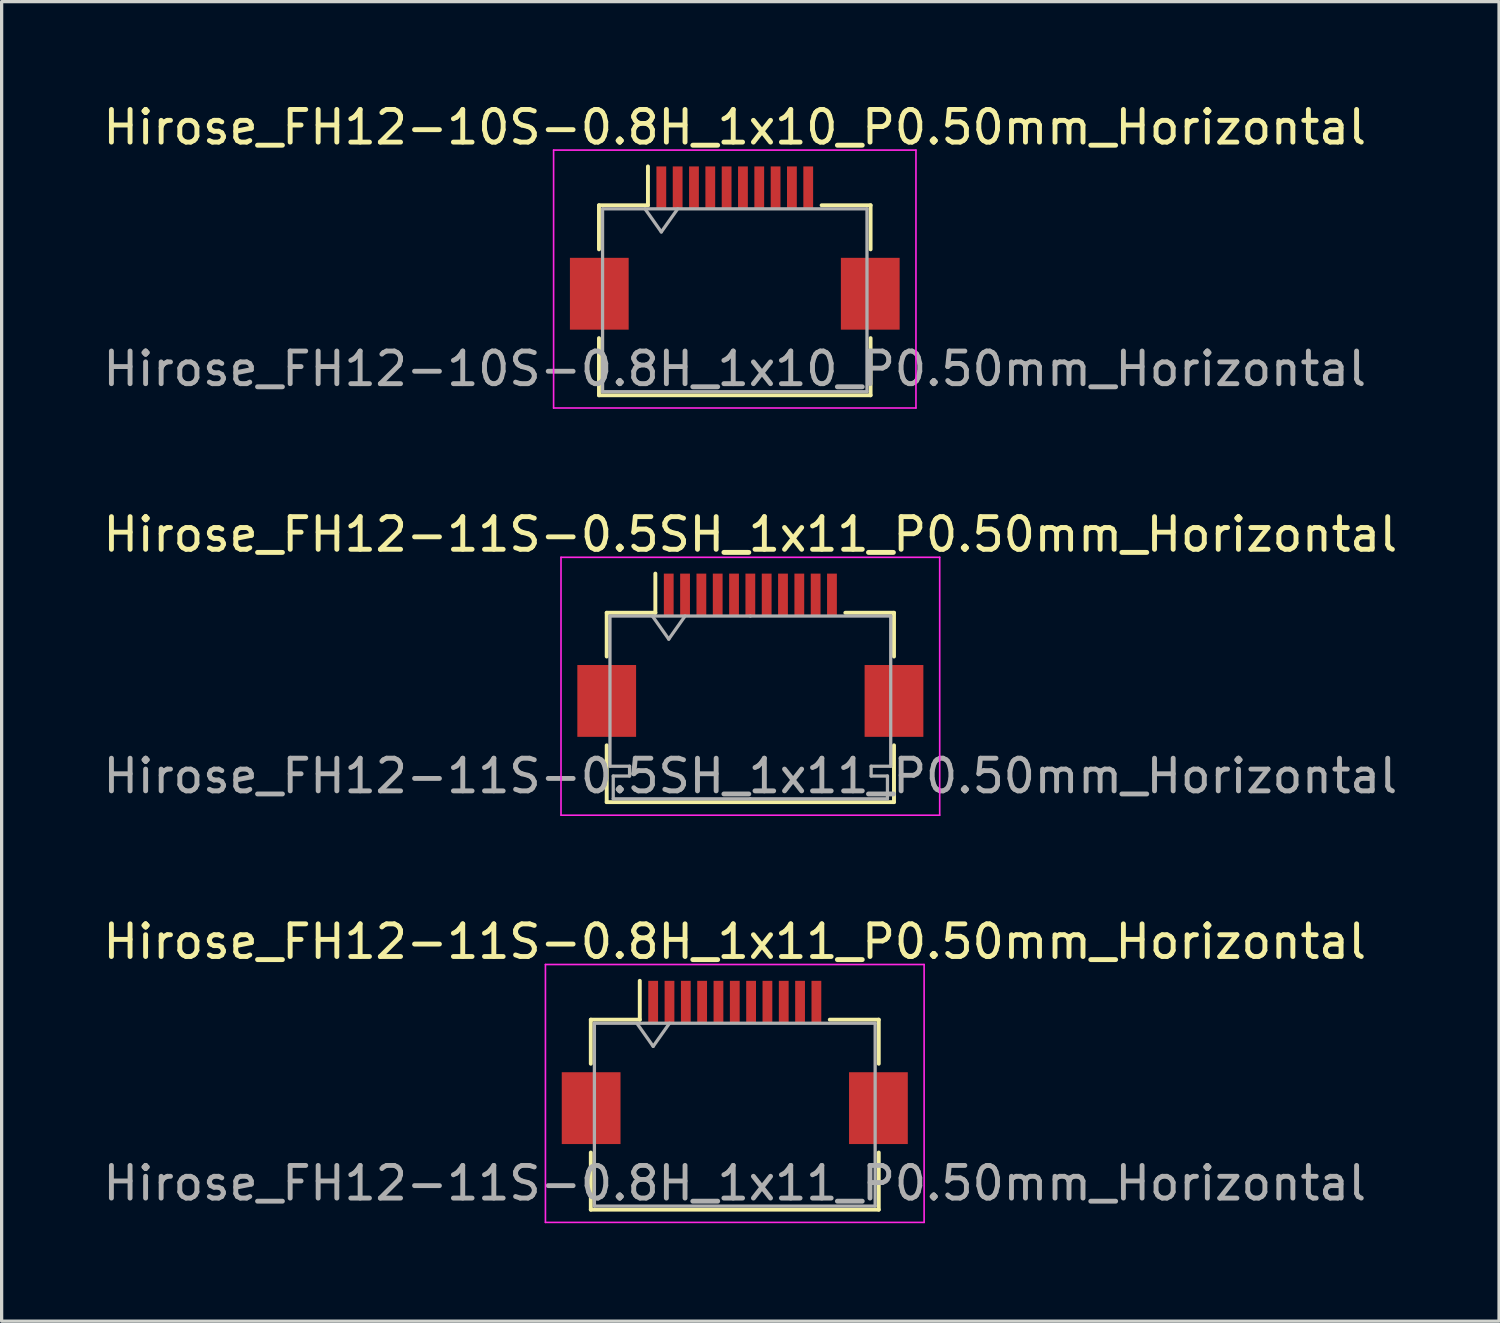
<source format=kicad_pcb>
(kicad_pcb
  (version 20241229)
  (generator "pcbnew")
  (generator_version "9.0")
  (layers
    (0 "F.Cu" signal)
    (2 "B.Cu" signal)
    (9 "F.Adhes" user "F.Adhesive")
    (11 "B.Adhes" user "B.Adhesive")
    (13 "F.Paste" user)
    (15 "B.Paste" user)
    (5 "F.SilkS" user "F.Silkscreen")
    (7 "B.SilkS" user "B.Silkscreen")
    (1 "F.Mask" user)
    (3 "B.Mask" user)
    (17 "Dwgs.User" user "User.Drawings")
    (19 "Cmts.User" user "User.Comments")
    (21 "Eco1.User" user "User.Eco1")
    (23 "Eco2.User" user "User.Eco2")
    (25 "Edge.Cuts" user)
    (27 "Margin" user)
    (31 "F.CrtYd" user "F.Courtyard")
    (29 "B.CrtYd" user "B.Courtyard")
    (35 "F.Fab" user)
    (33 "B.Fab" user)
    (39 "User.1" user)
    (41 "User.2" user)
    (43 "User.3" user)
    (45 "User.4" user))
  (footprint "Hirose_FH12-11S-0.8H_1x11_P0.50mm_Horizontal"
    (layer "F.Cu")
    (at 19.458 29.495)
    (property "Reference" "Hirose_FH12-11S-0.8H_1x11_P0.50mm_Horizontal" (at 0 -3.7 0) (layer "F.SilkS") (effects (font (size 1 1) (thickness 0.15))))
    (attr smd)
    (fp_line (start -4.41 -1.31) (end -2.91 -1.31) (stroke (width 0.12) (type solid)) (layer "F.SilkS"))
    (fp_line (start -4.41 0.04) (end -4.41 -1.31) (stroke (width 0.12) (type solid)) (layer "F.SilkS"))
    (fp_line (start -4.41 2.76) (end -4.41 4.51) (stroke (width 0.12) (type solid)) (layer "F.SilkS"))
    (fp_line (start -4.41 4.51) (end 4.41 4.51) (stroke (width 0.12) (type solid)) (layer "F.SilkS"))
    (fp_line (start -2.91 -1.31) (end -2.91 -2.5) (stroke (width 0.12) (type solid)) (layer "F.SilkS"))
    (fp_line (start 4.41 -1.31) (end 2.91 -1.31) (stroke (width 0.12) (type solid)) (layer "F.SilkS"))
    (fp_line (start 4.41 0.04) (end 4.41 -1.31) (stroke (width 0.12) (type solid)) (layer "F.SilkS"))
    (fp_line (start 4.41 4.51) (end 4.41 2.76) (stroke (width 0.12) (type solid)) (layer "F.SilkS"))
    (fp_line (start -5.8 -3) (end -5.8 4.9) (stroke (width 0.05) (type solid)) (layer "F.CrtYd"))
    (fp_line (start -5.8 4.9) (end 5.8 4.9) (stroke (width 0.05) (type solid)) (layer "F.CrtYd"))
    (fp_line (start 5.8 -3) (end -5.8 -3) (stroke (width 0.05) (type solid)) (layer "F.CrtYd"))
    (fp_line (start 5.8 4.9) (end 5.8 -3) (stroke (width 0.05) (type solid)) (layer "F.CrtYd"))
    (fp_line (start -4.3 -1.2) (end -4.3 4.4) (stroke (width 0.1) (type solid)) (layer "F.Fab"))
    (fp_line (start -4.3 -1.2) (end 4.3 -1.2) (stroke (width 0.1) (type solid)) (layer "F.Fab"))
    (fp_line (start -4.3 4.4) (end 4.3 4.4) (stroke (width 0.1) (type solid)) (layer "F.Fab"))
    (fp_line (start -3 -1.2) (end -2.5 -0.493) (stroke (width 0.1) (type solid)) (layer "F.Fab"))
    (fp_line (start -2.5 -0.493) (end -2 -1.2) (stroke (width 0.1) (type solid)) (layer "F.Fab"))
    (fp_line (start 4.3 -1.2) (end 4.3 4.4) (stroke (width 0.1) (type solid)) (layer "F.Fab"))
    (fp_text user "${REFERENCE}" (at 0 3.7 0) (layer "F.Fab") (effects (font (size 1 1) (thickness 0.15))))
    (pad "" smd rect (at -4.4 1.4) (size 1.8 2.2) (layers "F.Cu" "F.Mask" "F.Paste"))
    (pad "" smd rect (at 4.4 1.4) (size 1.8 2.2) (layers "F.Cu" "F.Mask" "F.Paste"))
    (pad "1" smd rect (at -2.5 -1.85) (size 0.3 1.3) (layers "F.Cu" "F.Mask" "F.Paste"))
    (pad "2" smd rect (at -2 -1.85) (size 0.3 1.3) (layers "F.Cu" "F.Mask" "F.Paste"))
    (pad "3" smd rect (at -1.5 -1.85) (size 0.3 1.3) (layers "F.Cu" "F.Mask" "F.Paste"))
    (pad "4" smd rect (at -1 -1.85) (size 0.3 1.3) (layers "F.Cu" "F.Mask" "F.Paste"))
    (pad "5" smd rect (at -0.5 -1.85) (size 0.3 1.3) (layers "F.Cu" "F.Mask" "F.Paste"))
    (pad "6" smd rect (at 0 -1.85) (size 0.3 1.3) (layers "F.Cu" "F.Mask" "F.Paste"))
    (pad "7" smd rect (at 0.5 -1.85) (size 0.3 1.3) (layers "F.Cu" "F.Mask" "F.Paste"))
    (pad "8" smd rect (at 1 -1.85) (size 0.3 1.3) (layers "F.Cu" "F.Mask" "F.Paste"))
    (pad "9" smd rect (at 1.5 -1.85) (size 0.3 1.3) (layers "F.Cu" "F.Mask" "F.Paste"))
    (pad "10" smd rect (at 2 -1.85) (size 0.3 1.3) (layers "F.Cu" "F.Mask" "F.Paste"))
    (pad "11" smd rect (at 2.5 -1.85) (size 0.3 1.3) (layers "F.Cu" "F.Mask" "F.Paste")))
  (footprint "Hirose_FH12-10S-0.8H_1x10_P0.50mm_Horizontal"
    (layer "F.Cu")
    (at 19.458 4.548)
    (property "Reference" "Hirose_FH12-10S-0.8H_1x10_P0.50mm_Horizontal" (at 0 -3.7 0) (layer "F.SilkS") (effects (font (size 1 1) (thickness 0.15))))
    (attr smd)
    (fp_line (start -4.16 -1.31) (end -2.66 -1.31) (stroke (width 0.12) (type solid)) (layer "F.SilkS"))
    (fp_line (start -4.16 0.04) (end -4.16 -1.31) (stroke (width 0.12) (type solid)) (layer "F.SilkS"))
    (fp_line (start -4.16 2.76) (end -4.16 4.51) (stroke (width 0.12) (type solid)) (layer "F.SilkS"))
    (fp_line (start -4.16 4.51) (end 4.16 4.51) (stroke (width 0.12) (type solid)) (layer "F.SilkS"))
    (fp_line (start -2.66 -1.31) (end -2.66 -2.5) (stroke (width 0.12) (type solid)) (layer "F.SilkS"))
    (fp_line (start 4.16 -1.31) (end 2.66 -1.31) (stroke (width 0.12) (type solid)) (layer "F.SilkS"))
    (fp_line (start 4.16 0.04) (end 4.16 -1.31) (stroke (width 0.12) (type solid)) (layer "F.SilkS"))
    (fp_line (start 4.16 4.51) (end 4.16 2.76) (stroke (width 0.12) (type solid)) (layer "F.SilkS"))
    (fp_line (start -5.55 -3) (end -5.55 4.9) (stroke (width 0.05) (type solid)) (layer "F.CrtYd"))
    (fp_line (start -5.55 4.9) (end 5.55 4.9) (stroke (width 0.05) (type solid)) (layer "F.CrtYd"))
    (fp_line (start 5.55 -3) (end -5.55 -3) (stroke (width 0.05) (type solid)) (layer "F.CrtYd"))
    (fp_line (start 5.55 4.9) (end 5.55 -3) (stroke (width 0.05) (type solid)) (layer "F.CrtYd"))
    (fp_line (start -4.05 -1.2) (end -4.05 4.4) (stroke (width 0.1) (type solid)) (layer "F.Fab"))
    (fp_line (start -4.05 -1.2) (end 4.05 -1.2) (stroke (width 0.1) (type solid)) (layer "F.Fab"))
    (fp_line (start -4.05 4.4) (end 4.05 4.4) (stroke (width 0.1) (type solid)) (layer "F.Fab"))
    (fp_line (start -2.75 -1.2) (end -2.25 -0.493) (stroke (width 0.1) (type solid)) (layer "F.Fab"))
    (fp_line (start -2.25 -0.493) (end -1.75 -1.2) (stroke (width 0.1) (type solid)) (layer "F.Fab"))
    (fp_line (start 4.05 -1.2) (end 4.05 4.4) (stroke (width 0.1) (type solid)) (layer "F.Fab"))
    (fp_text user "${REFERENCE}" (at 0 3.7 0) (layer "F.Fab") (effects (font (size 1 1) (thickness 0.15))))
    (pad "" smd rect (at -4.15 1.4) (size 1.8 2.2) (layers "F.Cu" "F.Mask" "F.Paste"))
    (pad "" smd rect (at 4.15 1.4) (size 1.8 2.2) (layers "F.Cu" "F.Mask" "F.Paste"))
    (pad "1" smd rect (at -2.25 -1.85) (size 0.3 1.3) (layers "F.Cu" "F.Mask" "F.Paste"))
    (pad "2" smd rect (at -1.75 -1.85) (size 0.3 1.3) (layers "F.Cu" "F.Mask" "F.Paste"))
    (pad "3" smd rect (at -1.25 -1.85) (size 0.3 1.3) (layers "F.Cu" "F.Mask" "F.Paste"))
    (pad "4" smd rect (at -0.75 -1.85) (size 0.3 1.3) (layers "F.Cu" "F.Mask" "F.Paste"))
    (pad "5" smd rect (at -0.25 -1.85) (size 0.3 1.3) (layers "F.Cu" "F.Mask" "F.Paste"))
    (pad "6" smd rect (at 0.25 -1.85) (size 0.3 1.3) (layers "F.Cu" "F.Mask" "F.Paste"))
    (pad "7" smd rect (at 0.75 -1.85) (size 0.3 1.3) (layers "F.Cu" "F.Mask" "F.Paste"))
    (pad "8" smd rect (at 1.25 -1.85) (size 0.3 1.3) (layers "F.Cu" "F.Mask" "F.Paste"))
    (pad "9" smd rect (at 1.75 -1.85) (size 0.3 1.3) (layers "F.Cu" "F.Mask" "F.Paste"))
    (pad "10" smd rect (at 2.25 -1.85) (size 0.3 1.3) (layers "F.Cu" "F.Mask" "F.Paste")))
  (footprint "Hirose_FH12-11S-0.5SH_1x11_P0.50mm_Horizontal"
    (layer "F.Cu")
    (at 19.935 17.021)
    (property "Reference" "Hirose_FH12-11S-0.5SH_1x11_P0.50mm_Horizontal" (at 0 -3.7 0) (layer "F.SilkS") (effects (font (size 1 1) (thickness 0.15))))
    (attr smd)
    (fp_line (start -4.4 -1.3) (end -4.4 0.04) (stroke (width 0.12) (type solid)) (layer "F.SilkS"))
    (fp_line (start -4.4 2.76) (end -4.4 4.5) (stroke (width 0.12) (type solid)) (layer "F.SilkS"))
    (fp_line (start -4.4 4.5) (end 4.4 4.5) (stroke (width 0.12) (type solid)) (layer "F.SilkS"))
    (fp_line (start -2.91 -1.3) (end -4.4 -1.3) (stroke (width 0.12) (type solid)) (layer "F.SilkS"))
    (fp_line (start -2.91 -1.3) (end -2.91 -2.5) (stroke (width 0.12) (type solid)) (layer "F.SilkS"))
    (fp_line (start 2.91 -1.3) (end 4.4 -1.3) (stroke (width 0.12) (type solid)) (layer "F.SilkS"))
    (fp_line (start 4.4 -1.3) (end 4.4 0.04) (stroke (width 0.12) (type solid)) (layer "F.SilkS"))
    (fp_line (start 4.4 4.5) (end 4.4 2.76) (stroke (width 0.12) (type solid)) (layer "F.SilkS"))
    (fp_line (start -5.8 -3) (end -5.8 4.9) (stroke (width 0.05) (type solid)) (layer "F.CrtYd"))
    (fp_line (start -5.8 4.9) (end 5.8 4.9) (stroke (width 0.05) (type solid)) (layer "F.CrtYd"))
    (fp_line (start 5.8 -3) (end -5.8 -3) (stroke (width 0.05) (type solid)) (layer "F.CrtYd"))
    (fp_line (start 5.8 4.9) (end 5.8 -3) (stroke (width 0.05) (type solid)) (layer "F.CrtYd"))
    (fp_line (start -4.3 -1.2) (end -4.3 3.4) (stroke (width 0.1) (type solid)) (layer "F.Fab"))
    (fp_line (start -4.3 3.4) (end -3.7 3.4) (stroke (width 0.1) (type solid)) (layer "F.Fab"))
    (fp_line (start -4.2 3.7) (end -4.2 4.4) (stroke (width 0.1) (type solid)) (layer "F.Fab"))
    (fp_line (start -4.2 4.4) (end 0 4.4) (stroke (width 0.1) (type solid)) (layer "F.Fab"))
    (fp_line (start -3.7 3.4) (end -3.7 3.7) (stroke (width 0.1) (type solid)) (layer "F.Fab"))
    (fp_line (start -3.7 3.7) (end -4.2 3.7) (stroke (width 0.1) (type solid)) (layer "F.Fab"))
    (fp_line (start -3 -1.2) (end -2.5 -0.493) (stroke (width 0.1) (type solid)) (layer "F.Fab"))
    (fp_line (start -2.5 -0.493) (end -2 -1.2) (stroke (width 0.1) (type solid)) (layer "F.Fab"))
    (fp_line (start 0 -1.2) (end -4.3 -1.2) (stroke (width 0.1) (type solid)) (layer "F.Fab"))
    (fp_line (start 0 -1.2) (end 4.3 -1.2) (stroke (width 0.1) (type solid)) (layer "F.Fab"))
    (fp_line (start 3.7 3.4) (end 3.7 3.7) (stroke (width 0.1) (type solid)) (layer "F.Fab"))
    (fp_line (start 3.7 3.7) (end 4.2 3.7) (stroke (width 0.1) (type solid)) (layer "F.Fab"))
    (fp_line (start 4.2 3.7) (end 4.2 4.4) (stroke (width 0.1) (type solid)) (layer "F.Fab"))
    (fp_line (start 4.2 4.4) (end 0 4.4) (stroke (width 0.1) (type solid)) (layer "F.Fab"))
    (fp_line (start 4.3 -1.2) (end 4.3 3.4) (stroke (width 0.1) (type solid)) (layer "F.Fab"))
    (fp_line (start 4.3 3.4) (end 3.7 3.4) (stroke (width 0.1) (type solid)) (layer "F.Fab"))
    (fp_text user "${REFERENCE}" (at 0 3.7 0) (layer "F.Fab") (effects (font (size 1 1) (thickness 0.15))))
    (pad "" smd rect (at -4.4 1.4) (size 1.8 2.2) (layers "F.Cu" "F.Mask" "F.Paste"))
    (pad "" smd rect (at 4.4 1.4) (size 1.8 2.2) (layers "F.Cu" "F.Mask" "F.Paste"))
    (pad "1" smd rect (at -2.5 -1.85) (size 0.3 1.3) (layers "F.Cu" "F.Mask" "F.Paste"))
    (pad "2" smd rect (at -2 -1.85) (size 0.3 1.3) (layers "F.Cu" "F.Mask" "F.Paste"))
    (pad "3" smd rect (at -1.5 -1.85) (size 0.3 1.3) (layers "F.Cu" "F.Mask" "F.Paste"))
    (pad "4" smd rect (at -1 -1.85) (size 0.3 1.3) (layers "F.Cu" "F.Mask" "F.Paste"))
    (pad "5" smd rect (at -0.5 -1.85) (size 0.3 1.3) (layers "F.Cu" "F.Mask" "F.Paste"))
    (pad "6" smd rect (at 0 -1.85) (size 0.3 1.3) (layers "F.Cu" "F.Mask" "F.Paste"))
    (pad "7" smd rect (at 0.5 -1.85) (size 0.3 1.3) (layers "F.Cu" "F.Mask" "F.Paste"))
    (pad "8" smd rect (at 1 -1.85) (size 0.3 1.3) (layers "F.Cu" "F.Mask" "F.Paste"))
    (pad "9" smd rect (at 1.5 -1.85) (size 0.3 1.3) (layers "F.Cu" "F.Mask" "F.Paste"))
    (pad "10" smd rect (at 2 -1.85) (size 0.3 1.3) (layers "F.Cu" "F.Mask" "F.Paste"))
    (pad "11" smd rect (at 2.5 -1.85) (size 0.3 1.3) (layers "F.Cu" "F.Mask" "F.Paste")))
  (gr_rect
    (start -3 -3)
    (end 42.869 37.42)
    (stroke (width 0.1) (type default))
    (fill no)
    (layer "Edge.Cuts")))
</source>
